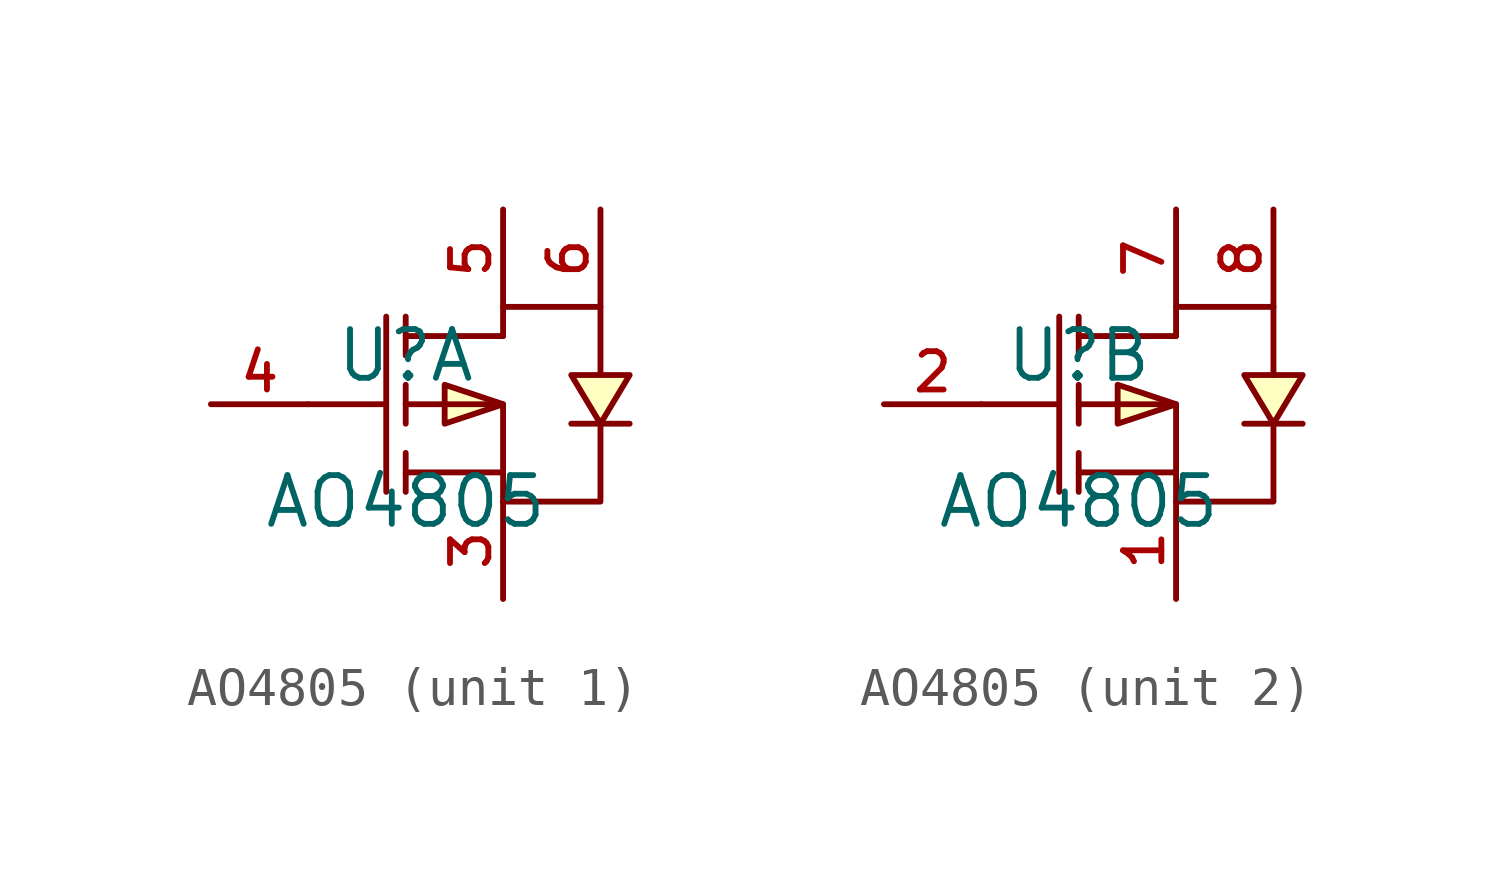
<source format=kicad_sym>
(kicad_symbol_lib
  (version 20210201)
  (generator TousstNicolas/JLC2KiCad_lib)
  (symbol "AO4805"
    (pin_names hide)
    (property "Reference" "U"
      (at 0 1.27 0)
      (effects (font (size 1.27 1.27))))
    (property "Value" "AO4805"
      (at 0 -2.54 0)
      (effects (font (size 1.27 1.27))))
    (symbol "AO4805_1_1"
      (polyline (pts (xy 2.54 -0.0) (xy 1.016 0.508) (xy 1.016 -0.508) (xy 2.54 -0.0)) (stroke (width 0) (type default) (color 0 0 0 0)) (fill (type background)))
      (polyline (pts (xy 5.08 -0.508) (xy 5.842 0.762) (xy 4.318 0.762) (xy 5.08 -0.508)) (stroke (width 0) (type default) (color 0 0 0 0)) (fill (type background)))
      (polyline (pts (xy 2.54 -2.54) (xy 5.08 -2.54) (xy 5.08 -0.508)) (stroke (width 0) (type default) (color 0 0 0 0)) (fill (type none)))
      (polyline (pts (xy 2.54 1.778) (xy 2.54 2.54) (xy 5.08 2.54) (xy 5.08 0.762)) (stroke (width 0) (type default) (color 0 0 0 0)) (fill (type none)))
      (polyline (pts (xy 2.54 1.778) (xy 0.0 1.778)) (stroke (width 0) (type default) (color 0 0 0 0)) (fill (type none)))
      (polyline (pts (xy 0.0 -0.0) (xy 2.54 -0.0) (xy 2.54 -2.54)) (stroke (width 0) (type default) (color 0 0 0 0)) (fill (type none)))
      (polyline (pts (xy 2.54 -1.778) (xy 0.0 -1.778)) (stroke (width 0) (type default) (color 0 0 0 0)) (fill (type none)))
      (polyline (pts (xy -0.508 2.286) (xy -0.508 -2.286)) (stroke (width 0) (type default) (color 0 0 0 0)) (fill (type none)))
      (polyline (pts (xy 0.0 1.27) (xy 0.0 2.286)) (stroke (width 0) (type default) (color 0 0 0 0)) (fill (type none)))
      (polyline (pts (xy 0.0 -0.508) (xy 0.0 0.508)) (stroke (width 0) (type default) (color 0 0 0 0)) (fill (type none)))
      (polyline (pts (xy 0.0 -2.286) (xy 0.0 -1.27)) (stroke (width 0) (type default) (color 0 0 0 0)) (fill (type none)))
      (polyline (pts (xy -2.54 -0.0) (xy -0.508 -0.0)) (stroke (width 0) (type default) (color 0 0 0 0)) (fill (type none)))
      (polyline (pts (xy 5.842 -0.508) (xy 5.588 -0.508) (xy 4.572 -0.508) (xy 4.318 -0.508)) (stroke (width 0) (type default) (color 0 0 0 0)) (fill (type none)))
      (pin unspecified line (at 2.54 5.08 270) (length 2.54) (name "D1" (effects (font (size 1 1)))) (number "5" (effects (font (size 1 1)))))
      (pin unspecified line (at -5.08 -0.0 0) (length 2.54) (name "G1" (effects (font (size 1 1)))) (number "4" (effects (font (size 1 1)))))
      (pin unspecified line (at 2.54 -5.08 90) (length 2.54) (name "S1" (effects (font (size 1 1)))) (number "3" (effects (font (size 1 1)))))
      (pin unspecified line (at 5.08 5.08 270) (length 2.54) (name "D1" (effects (font (size 1 1)))) (number "6" (effects (font (size 1 1))))))
    (symbol "AO4805_2_1"
      (polyline (pts (xy 2.54 -0.0) (xy 1.016 0.508) (xy 1.016 -0.508) (xy 2.54 -0.0)) (stroke (width 0) (type default) (color 0 0 0 0)) (fill (type background)))
      (polyline (pts (xy 5.08 -0.508) (xy 5.842 0.762) (xy 4.318 0.762) (xy 5.08 -0.508)) (stroke (width 0) (type default) (color 0 0 0 0)) (fill (type background)))
      (polyline (pts (xy 2.54 -2.54) (xy 5.08 -2.54) (xy 5.08 -0.508)) (stroke (width 0) (type default) (color 0 0 0 0)) (fill (type none)))
      (polyline (pts (xy 2.54 1.778) (xy 2.54 2.54) (xy 5.08 2.54) (xy 5.08 0.762)) (stroke (width 0) (type default) (color 0 0 0 0)) (fill (type none)))
      (polyline (pts (xy 2.54 1.778) (xy 0.0 1.778)) (stroke (width 0) (type default) (color 0 0 0 0)) (fill (type none)))
      (polyline (pts (xy 0.0 -0.0) (xy 2.54 -0.0) (xy 2.54 -2.54)) (stroke (width 0) (type default) (color 0 0 0 0)) (fill (type none)))
      (polyline (pts (xy 2.54 -1.778) (xy 0.0 -1.778)) (stroke (width 0) (type default) (color 0 0 0 0)) (fill (type none)))
      (polyline (pts (xy -0.508 2.286) (xy -0.508 -2.286)) (stroke (width 0) (type default) (color 0 0 0 0)) (fill (type none)))
      (polyline (pts (xy 0.0 1.27) (xy 0.0 2.286)) (stroke (width 0) (type default) (color 0 0 0 0)) (fill (type none)))
      (polyline (pts (xy 0.0 -0.508) (xy 0.0 0.508)) (stroke (width 0) (type default) (color 0 0 0 0)) (fill (type none)))
      (polyline (pts (xy 0.0 -2.286) (xy 0.0 -1.27)) (stroke (width 0) (type default) (color 0 0 0 0)) (fill (type none)))
      (polyline (pts (xy -2.54 -0.0) (xy -0.508 -0.0)) (stroke (width 0) (type default) (color 0 0 0 0)) (fill (type none)))
      (polyline (pts (xy 5.842 -0.508) (xy 5.588 -0.508) (xy 4.572 -0.508) (xy 4.318 -0.508)) (stroke (width 0) (type default) (color 0 0 0 0)) (fill (type none)))
      (pin unspecified line (at 2.54 5.08 270) (length 2.54) (name "D2" (effects (font (size 1 1)))) (number "7" (effects (font (size 1 1)))))
      (pin unspecified line (at -5.08 -0.0 0) (length 2.54) (name "G2" (effects (font (size 1 1)))) (number "2" (effects (font (size 1 1)))))
      (pin unspecified line (at 2.54 -5.08 90) (length 2.54) (name "S2" (effects (font (size 1 1)))) (number "1" (effects (font (size 1 1)))))
      (pin unspecified line (at 5.08 5.08 270) (length 2.54) (name "D2" (effects (font (size 1 1)))) (number "8" (effects (font (size 1 1))))))))
</source>
